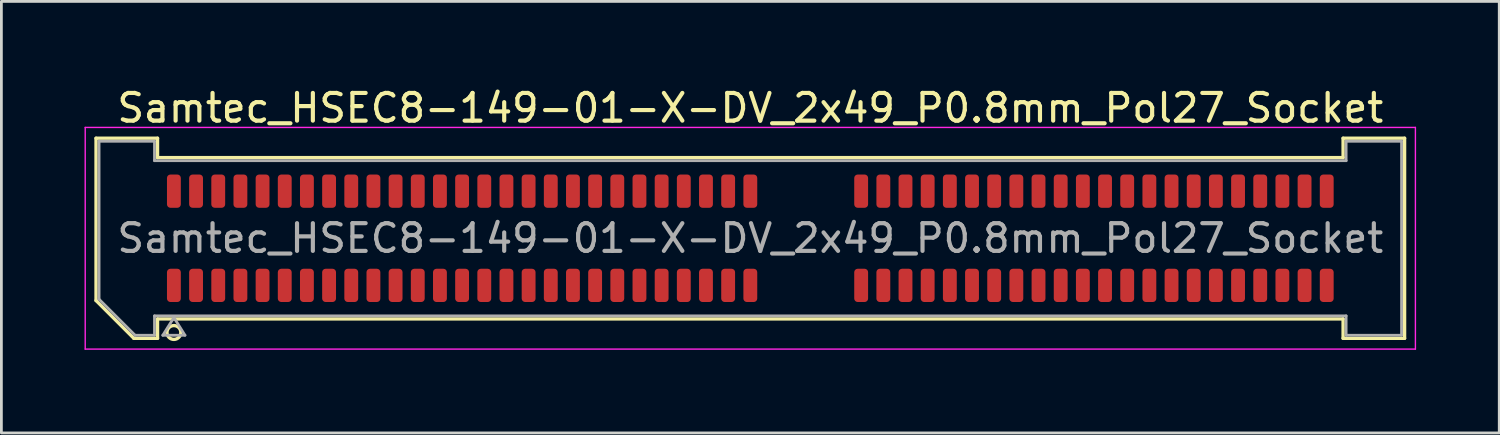
<source format=kicad_pcb>
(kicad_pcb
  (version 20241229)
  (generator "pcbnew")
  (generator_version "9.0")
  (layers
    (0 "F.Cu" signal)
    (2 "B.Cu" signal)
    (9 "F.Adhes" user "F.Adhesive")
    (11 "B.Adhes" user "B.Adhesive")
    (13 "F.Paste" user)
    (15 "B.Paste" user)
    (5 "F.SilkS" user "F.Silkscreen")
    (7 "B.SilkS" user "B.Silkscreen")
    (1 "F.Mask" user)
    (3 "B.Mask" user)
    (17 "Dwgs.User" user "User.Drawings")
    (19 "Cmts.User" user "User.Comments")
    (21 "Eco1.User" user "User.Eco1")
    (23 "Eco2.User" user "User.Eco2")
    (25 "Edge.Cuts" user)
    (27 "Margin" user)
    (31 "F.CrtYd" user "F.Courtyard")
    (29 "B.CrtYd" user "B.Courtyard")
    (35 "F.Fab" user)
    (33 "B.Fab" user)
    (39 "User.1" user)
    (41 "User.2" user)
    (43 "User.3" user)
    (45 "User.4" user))
  (footprint "Samtec_HSEC8-149-01-X-DV_2x49_P0.8mm_Pol27_Socket"
    (layer "F.Cu")
    (at 24.025 5.548)
    (property "Reference" "Samtec_HSEC8-149-01-X-DV_2x49_P0.8mm_Pol27_Socket" (at 0 -4.7 0) (layer "F.SilkS") (effects (font (size 1 1) (thickness 0.15))))
    (attr smd)
    (fp_line (start -23.61 -3.61) (end -21.39 -3.61) (stroke (width 0.12) (type solid)) (layer "F.SilkS"))
    (fp_line (start -23.61 2.246) (end -23.61 -3.61) (stroke (width 0.12) (type solid)) (layer "F.SilkS"))
    (fp_line (start -22.246 3.61) (end -23.61 2.246) (stroke (width 0.12) (type solid)) (layer "F.SilkS"))
    (fp_line (start -21.39 -3.61) (end -21.39 -2.91) (stroke (width 0.12) (type solid)) (layer "F.SilkS"))
    (fp_line (start -21.39 -2.91) (end 21.39 -2.91) (stroke (width 0.12) (type solid)) (layer "F.SilkS"))
    (fp_line (start -21.39 2.91) (end -21.39 3.61) (stroke (width 0.12) (type solid)) (layer "F.SilkS"))
    (fp_line (start -21.39 3.61) (end -22.246 3.61) (stroke (width 0.12) (type solid)) (layer "F.SilkS"))
    (fp_line (start 21.39 -3.61) (end 23.61 -3.61) (stroke (width 0.12) (type solid)) (layer "F.SilkS"))
    (fp_line (start 21.39 -2.91) (end 21.39 -3.61) (stroke (width 0.12) (type solid)) (layer "F.SilkS"))
    (fp_line (start 21.39 2.91) (end -21.39 2.91) (stroke (width 0.12) (type solid)) (layer "F.SilkS"))
    (fp_line (start 21.39 3.61) (end 21.39 2.91) (stroke (width 0.12) (type solid)) (layer "F.SilkS"))
    (fp_line (start 23.61 -3.61) (end 23.61 3.61) (stroke (width 0.12) (type solid)) (layer "F.SilkS"))
    (fp_line (start 23.61 3.61) (end 21.39 3.61) (stroke (width 0.12) (type solid)) (layer "F.SilkS"))
    (fp_arc (start -20.55 3.4) (mid -21.05 3.4) (end -20.55 3.4) (stroke (width 0.12) (type solid)) (layer "F.SilkS"))
    (fp_line (start -24 -4) (end -24 4) (stroke (width 0.05) (type solid)) (layer "F.CrtYd"))
    (fp_line (start -24 4) (end 24 4) (stroke (width 0.05) (type solid)) (layer "F.CrtYd"))
    (fp_line (start 24 -4) (end -24 -4) (stroke (width 0.05) (type solid)) (layer "F.CrtYd"))
    (fp_line (start 24 4) (end 24 -4) (stroke (width 0.05) (type solid)) (layer "F.CrtYd"))
    (fp_line (start -23.5 -3.5) (end -21.5 -3.5) (stroke (width 0.1) (type solid)) (layer "F.Fab"))
    (fp_line (start -23.5 2.2) (end -23.5 -3.5) (stroke (width 0.1) (type solid)) (layer "F.Fab"))
    (fp_line (start -22.2 3.5) (end -23.5 2.2) (stroke (width 0.1) (type solid)) (layer "F.Fab"))
    (fp_line (start -21.5 -3.5) (end -21.5 -2.8) (stroke (width 0.1) (type solid)) (layer "F.Fab"))
    (fp_line (start -21.5 -2.8) (end 21.5 -2.8) (stroke (width 0.1) (type solid)) (layer "F.Fab"))
    (fp_line (start -21.5 2.8) (end -21.5 3.5) (stroke (width 0.1) (type solid)) (layer "F.Fab"))
    (fp_line (start -21.5 3.5) (end -22.2 3.5) (stroke (width 0.1) (type solid)) (layer "F.Fab"))
    (fp_line (start -21.2 3.5) (end -20.8 2.86) (stroke (width 0.1) (type solid)) (layer "F.Fab"))
    (fp_line (start -20.8 2.86) (end -20.4 3.5) (stroke (width 0.1) (type solid)) (layer "F.Fab"))
    (fp_line (start -20.4 3.5) (end -21.2 3.5) (stroke (width 0.1) (type solid)) (layer "F.Fab"))
    (fp_line (start 21.5 -3.5) (end 23.5 -3.5) (stroke (width 0.1) (type solid)) (layer "F.Fab"))
    (fp_line (start 21.5 -2.8) (end 21.5 -3.5) (stroke (width 0.1) (type solid)) (layer "F.Fab"))
    (fp_line (start 21.5 2.8) (end -21.5 2.8) (stroke (width 0.1) (type solid)) (layer "F.Fab"))
    (fp_line (start 21.5 3.5) (end 21.5 2.8) (stroke (width 0.1) (type solid)) (layer "F.Fab"))
    (fp_line (start 23.5 -3.5) (end 23.5 3.5) (stroke (width 0.1) (type solid)) (layer "F.Fab"))
    (fp_line (start 23.5 3.5) (end 21.5 3.5) (stroke (width 0.1) (type solid)) (layer "F.Fab"))
    (fp_text user "${REFERENCE}" (at 0 0 0) (layer "F.Fab") (effects (font (size 1 1) (thickness 0.15))))
    (pad "1" smd roundrect (at -20.8 1.7) (size 0.5 1.2) (layers "F.Cu" "F.Mask" "F.Paste") (roundrect_rratio 0.25))
    (pad "2" smd roundrect (at -20.8 -1.7) (size 0.5 1.2) (layers "F.Cu" "F.Mask" "F.Paste") (roundrect_rratio 0.25))
    (pad "3" smd roundrect (at -20 1.7) (size 0.5 1.2) (layers "F.Cu" "F.Mask" "F.Paste") (roundrect_rratio 0.25))
    (pad "4" smd roundrect (at -20 -1.7) (size 0.5 1.2) (layers "F.Cu" "F.Mask" "F.Paste") (roundrect_rratio 0.25))
    (pad "5" smd roundrect (at -19.2 1.7) (size 0.5 1.2) (layers "F.Cu" "F.Mask" "F.Paste") (roundrect_rratio 0.25))
    (pad "6" smd roundrect (at -19.2 -1.7) (size 0.5 1.2) (layers "F.Cu" "F.Mask" "F.Paste") (roundrect_rratio 0.25))
    (pad "7" smd roundrect (at -18.4 1.7) (size 0.5 1.2) (layers "F.Cu" "F.Mask" "F.Paste") (roundrect_rratio 0.25))
    (pad "8" smd roundrect (at -18.4 -1.7) (size 0.5 1.2) (layers "F.Cu" "F.Mask" "F.Paste") (roundrect_rratio 0.25))
    (pad "9" smd roundrect (at -17.6 1.7) (size 0.5 1.2) (layers "F.Cu" "F.Mask" "F.Paste") (roundrect_rratio 0.25))
    (pad "10" smd roundrect (at -17.6 -1.7) (size 0.5 1.2) (layers "F.Cu" "F.Mask" "F.Paste") (roundrect_rratio 0.25))
    (pad "11" smd roundrect (at -16.8 1.7) (size 0.5 1.2) (layers "F.Cu" "F.Mask" "F.Paste") (roundrect_rratio 0.25))
    (pad "12" smd roundrect (at -16.8 -1.7) (size 0.5 1.2) (layers "F.Cu" "F.Mask" "F.Paste") (roundrect_rratio 0.25))
    (pad "13" smd roundrect (at -16 1.7) (size 0.5 1.2) (layers "F.Cu" "F.Mask" "F.Paste") (roundrect_rratio 0.25))
    (pad "14" smd roundrect (at -16 -1.7) (size 0.5 1.2) (layers "F.Cu" "F.Mask" "F.Paste") (roundrect_rratio 0.25))
    (pad "15" smd roundrect (at -15.2 1.7) (size 0.5 1.2) (layers "F.Cu" "F.Mask" "F.Paste") (roundrect_rratio 0.25))
    (pad "16" smd roundrect (at -15.2 -1.7) (size 0.5 1.2) (layers "F.Cu" "F.Mask" "F.Paste") (roundrect_rratio 0.25))
    (pad "17" smd roundrect (at -14.4 1.7) (size 0.5 1.2) (layers "F.Cu" "F.Mask" "F.Paste") (roundrect_rratio 0.25))
    (pad "18" smd roundrect (at -14.4 -1.7) (size 0.5 1.2) (layers "F.Cu" "F.Mask" "F.Paste") (roundrect_rratio 0.25))
    (pad "19" smd roundrect (at -13.6 1.7) (size 0.5 1.2) (layers "F.Cu" "F.Mask" "F.Paste") (roundrect_rratio 0.25))
    (pad "20" smd roundrect (at -13.6 -1.7) (size 0.5 1.2) (layers "F.Cu" "F.Mask" "F.Paste") (roundrect_rratio 0.25))
    (pad "21" smd roundrect (at -12.8 1.7) (size 0.5 1.2) (layers "F.Cu" "F.Mask" "F.Paste") (roundrect_rratio 0.25))
    (pad "22" smd roundrect (at -12.8 -1.7) (size 0.5 1.2) (layers "F.Cu" "F.Mask" "F.Paste") (roundrect_rratio 0.25))
    (pad "23" smd roundrect (at -12 1.7) (size 0.5 1.2) (layers "F.Cu" "F.Mask" "F.Paste") (roundrect_rratio 0.25))
    (pad "24" smd roundrect (at -12 -1.7) (size 0.5 1.2) (layers "F.Cu" "F.Mask" "F.Paste") (roundrect_rratio 0.25))
    (pad "25" smd roundrect (at -11.2 1.7) (size 0.5 1.2) (layers "F.Cu" "F.Mask" "F.Paste") (roundrect_rratio 0.25))
    (pad "26" smd roundrect (at -11.2 -1.7) (size 0.5 1.2) (layers "F.Cu" "F.Mask" "F.Paste") (roundrect_rratio 0.25))
    (pad "27" smd roundrect (at -10.4 1.7) (size 0.5 1.2) (layers "F.Cu" "F.Mask" "F.Paste") (roundrect_rratio 0.25))
    (pad "28" smd roundrect (at -10.4 -1.7) (size 0.5 1.2) (layers "F.Cu" "F.Mask" "F.Paste") (roundrect_rratio 0.25))
    (pad "29" smd roundrect (at -9.6 1.7) (size 0.5 1.2) (layers "F.Cu" "F.Mask" "F.Paste") (roundrect_rratio 0.25))
    (pad "30" smd roundrect (at -9.6 -1.7) (size 0.5 1.2) (layers "F.Cu" "F.Mask" "F.Paste") (roundrect_rratio 0.25))
    (pad "31" smd roundrect (at -8.8 1.7) (size 0.5 1.2) (layers "F.Cu" "F.Mask" "F.Paste") (roundrect_rratio 0.25))
    (pad "32" smd roundrect (at -8.8 -1.7) (size 0.5 1.2) (layers "F.Cu" "F.Mask" "F.Paste") (roundrect_rratio 0.25))
    (pad "33" smd roundrect (at -8 1.7) (size 0.5 1.2) (layers "F.Cu" "F.Mask" "F.Paste") (roundrect_rratio 0.25))
    (pad "34" smd roundrect (at -8 -1.7) (size 0.5 1.2) (layers "F.Cu" "F.Mask" "F.Paste") (roundrect_rratio 0.25))
    (pad "35" smd roundrect (at -7.2 1.7) (size 0.5 1.2) (layers "F.Cu" "F.Mask" "F.Paste") (roundrect_rratio 0.25))
    (pad "36" smd roundrect (at -7.2 -1.7) (size 0.5 1.2) (layers "F.Cu" "F.Mask" "F.Paste") (roundrect_rratio 0.25))
    (pad "37" smd roundrect (at -6.4 1.7) (size 0.5 1.2) (layers "F.Cu" "F.Mask" "F.Paste") (roundrect_rratio 0.25))
    (pad "38" smd roundrect (at -6.4 -1.7) (size 0.5 1.2) (layers "F.Cu" "F.Mask" "F.Paste") (roundrect_rratio 0.25))
    (pad "39" smd roundrect (at -5.6 1.7) (size 0.5 1.2) (layers "F.Cu" "F.Mask" "F.Paste") (roundrect_rratio 0.25))
    (pad "40" smd roundrect (at -5.6 -1.7) (size 0.5 1.2) (layers "F.Cu" "F.Mask" "F.Paste") (roundrect_rratio 0.25))
    (pad "41" smd roundrect (at -4.8 1.7) (size 0.5 1.2) (layers "F.Cu" "F.Mask" "F.Paste") (roundrect_rratio 0.25))
    (pad "42" smd roundrect (at -4.8 -1.7) (size 0.5 1.2) (layers "F.Cu" "F.Mask" "F.Paste") (roundrect_rratio 0.25))
    (pad "43" smd roundrect (at -4 1.7) (size 0.5 1.2) (layers "F.Cu" "F.Mask" "F.Paste") (roundrect_rratio 0.25))
    (pad "44" smd roundrect (at -4 -1.7) (size 0.5 1.2) (layers "F.Cu" "F.Mask" "F.Paste") (roundrect_rratio 0.25))
    (pad "45" smd roundrect (at -3.2 1.7) (size 0.5 1.2) (layers "F.Cu" "F.Mask" "F.Paste") (roundrect_rratio 0.25))
    (pad "46" smd roundrect (at -3.2 -1.7) (size 0.5 1.2) (layers "F.Cu" "F.Mask" "F.Paste") (roundrect_rratio 0.25))
    (pad "47" smd roundrect (at -2.4 1.7) (size 0.5 1.2) (layers "F.Cu" "F.Mask" "F.Paste") (roundrect_rratio 0.25))
    (pad "48" smd roundrect (at -2.4 -1.7) (size 0.5 1.2) (layers "F.Cu" "F.Mask" "F.Paste") (roundrect_rratio 0.25))
    (pad "49" smd roundrect (at -1.6 1.7) (size 0.5 1.2) (layers "F.Cu" "F.Mask" "F.Paste") (roundrect_rratio 0.25))
    (pad "50" smd roundrect (at -1.6 -1.7) (size 0.5 1.2) (layers "F.Cu" "F.Mask" "F.Paste") (roundrect_rratio 0.25))
    (pad "51" smd roundrect (at -0.8 1.7) (size 0.5 1.2) (layers "F.Cu" "F.Mask" "F.Paste") (roundrect_rratio 0.25))
    (pad "52" smd roundrect (at -0.8 -1.7) (size 0.5 1.2) (layers "F.Cu" "F.Mask" "F.Paste") (roundrect_rratio 0.25))
    (pad "53" smd roundrect (at 0 1.7) (size 0.5 1.2) (layers "F.Cu" "F.Mask" "F.Paste") (roundrect_rratio 0.25))
    (pad "54" smd roundrect (at 0 -1.7) (size 0.5 1.2) (layers "F.Cu" "F.Mask" "F.Paste") (roundrect_rratio 0.25))
    (pad "55" smd roundrect (at 4 1.7) (size 0.5 1.2) (layers "F.Cu" "F.Mask" "F.Paste") (roundrect_rratio 0.25))
    (pad "56" smd roundrect (at 4 -1.7) (size 0.5 1.2) (layers "F.Cu" "F.Mask" "F.Paste") (roundrect_rratio 0.25))
    (pad "57" smd roundrect (at 4.8 1.7) (size 0.5 1.2) (layers "F.Cu" "F.Mask" "F.Paste") (roundrect_rratio 0.25))
    (pad "58" smd roundrect (at 4.8 -1.7) (size 0.5 1.2) (layers "F.Cu" "F.Mask" "F.Paste") (roundrect_rratio 0.25))
    (pad "59" smd roundrect (at 5.6 1.7) (size 0.5 1.2) (layers "F.Cu" "F.Mask" "F.Paste") (roundrect_rratio 0.25))
    (pad "60" smd roundrect (at 5.6 -1.7) (size 0.5 1.2) (layers "F.Cu" "F.Mask" "F.Paste") (roundrect_rratio 0.25))
    (pad "61" smd roundrect (at 6.4 1.7) (size 0.5 1.2) (layers "F.Cu" "F.Mask" "F.Paste") (roundrect_rratio 0.25))
    (pad "62" smd roundrect (at 6.4 -1.7) (size 0.5 1.2) (layers "F.Cu" "F.Mask" "F.Paste") (roundrect_rratio 0.25))
    (pad "63" smd roundrect (at 7.2 1.7) (size 0.5 1.2) (layers "F.Cu" "F.Mask" "F.Paste") (roundrect_rratio 0.25))
    (pad "64" smd roundrect (at 7.2 -1.7) (size 0.5 1.2) (layers "F.Cu" "F.Mask" "F.Paste") (roundrect_rratio 0.25))
    (pad "65" smd roundrect (at 8 1.7) (size 0.5 1.2) (layers "F.Cu" "F.Mask" "F.Paste") (roundrect_rratio 0.25))
    (pad "66" smd roundrect (at 8 -1.7) (size 0.5 1.2) (layers "F.Cu" "F.Mask" "F.Paste") (roundrect_rratio 0.25))
    (pad "67" smd roundrect (at 8.8 1.7) (size 0.5 1.2) (layers "F.Cu" "F.Mask" "F.Paste") (roundrect_rratio 0.25))
    (pad "68" smd roundrect (at 8.8 -1.7) (size 0.5 1.2) (layers "F.Cu" "F.Mask" "F.Paste") (roundrect_rratio 0.25))
    (pad "69" smd roundrect (at 9.6 1.7) (size 0.5 1.2) (layers "F.Cu" "F.Mask" "F.Paste") (roundrect_rratio 0.25))
    (pad "70" smd roundrect (at 9.6 -1.7) (size 0.5 1.2) (layers "F.Cu" "F.Mask" "F.Paste") (roundrect_rratio 0.25))
    (pad "71" smd roundrect (at 10.4 1.7) (size 0.5 1.2) (layers "F.Cu" "F.Mask" "F.Paste") (roundrect_rratio 0.25))
    (pad "72" smd roundrect (at 10.4 -1.7) (size 0.5 1.2) (layers "F.Cu" "F.Mask" "F.Paste") (roundrect_rratio 0.25))
    (pad "73" smd roundrect (at 11.2 1.7) (size 0.5 1.2) (layers "F.Cu" "F.Mask" "F.Paste") (roundrect_rratio 0.25))
    (pad "74" smd roundrect (at 11.2 -1.7) (size 0.5 1.2) (layers "F.Cu" "F.Mask" "F.Paste") (roundrect_rratio 0.25))
    (pad "75" smd roundrect (at 12 1.7) (size 0.5 1.2) (layers "F.Cu" "F.Mask" "F.Paste") (roundrect_rratio 0.25))
    (pad "76" smd roundrect (at 12 -1.7) (size 0.5 1.2) (layers "F.Cu" "F.Mask" "F.Paste") (roundrect_rratio 0.25))
    (pad "77" smd roundrect (at 12.8 1.7) (size 0.5 1.2) (layers "F.Cu" "F.Mask" "F.Paste") (roundrect_rratio 0.25))
    (pad "78" smd roundrect (at 12.8 -1.7) (size 0.5 1.2) (layers "F.Cu" "F.Mask" "F.Paste") (roundrect_rratio 0.25))
    (pad "79" smd roundrect (at 13.6 1.7) (size 0.5 1.2) (layers "F.Cu" "F.Mask" "F.Paste") (roundrect_rratio 0.25))
    (pad "80" smd roundrect (at 13.6 -1.7) (size 0.5 1.2) (layers "F.Cu" "F.Mask" "F.Paste") (roundrect_rratio 0.25))
    (pad "81" smd roundrect (at 14.4 1.7) (size 0.5 1.2) (layers "F.Cu" "F.Mask" "F.Paste") (roundrect_rratio 0.25))
    (pad "82" smd roundrect (at 14.4 -1.7) (size 0.5 1.2) (layers "F.Cu" "F.Mask" "F.Paste") (roundrect_rratio 0.25))
    (pad "83" smd roundrect (at 15.2 1.7) (size 0.5 1.2) (layers "F.Cu" "F.Mask" "F.Paste") (roundrect_rratio 0.25))
    (pad "84" smd roundrect (at 15.2 -1.7) (size 0.5 1.2) (layers "F.Cu" "F.Mask" "F.Paste") (roundrect_rratio 0.25))
    (pad "85" smd roundrect (at 16 1.7) (size 0.5 1.2) (layers "F.Cu" "F.Mask" "F.Paste") (roundrect_rratio 0.25))
    (pad "86" smd roundrect (at 16 -1.7) (size 0.5 1.2) (layers "F.Cu" "F.Mask" "F.Paste") (roundrect_rratio 0.25))
    (pad "87" smd roundrect (at 16.8 1.7) (size 0.5 1.2) (layers "F.Cu" "F.Mask" "F.Paste") (roundrect_rratio 0.25))
    (pad "88" smd roundrect (at 16.8 -1.7) (size 0.5 1.2) (layers "F.Cu" "F.Mask" "F.Paste") (roundrect_rratio 0.25))
    (pad "89" smd roundrect (at 17.6 1.7) (size 0.5 1.2) (layers "F.Cu" "F.Mask" "F.Paste") (roundrect_rratio 0.25))
    (pad "90" smd roundrect (at 17.6 -1.7) (size 0.5 1.2) (layers "F.Cu" "F.Mask" "F.Paste") (roundrect_rratio 0.25))
    (pad "91" smd roundrect (at 18.4 1.7) (size 0.5 1.2) (layers "F.Cu" "F.Mask" "F.Paste") (roundrect_rratio 0.25))
    (pad "92" smd roundrect (at 18.4 -1.7) (size 0.5 1.2) (layers "F.Cu" "F.Mask" "F.Paste") (roundrect_rratio 0.25))
    (pad "93" smd roundrect (at 19.2 1.7) (size 0.5 1.2) (layers "F.Cu" "F.Mask" "F.Paste") (roundrect_rratio 0.25))
    (pad "94" smd roundrect (at 19.2 -1.7) (size 0.5 1.2) (layers "F.Cu" "F.Mask" "F.Paste") (roundrect_rratio 0.25))
    (pad "95" smd roundrect (at 20 1.7) (size 0.5 1.2) (layers "F.Cu" "F.Mask" "F.Paste") (roundrect_rratio 0.25))
    (pad "96" smd roundrect (at 20 -1.7) (size 0.5 1.2) (layers "F.Cu" "F.Mask" "F.Paste") (roundrect_rratio 0.25))
    (pad "97" smd roundrect (at 20.8 1.7) (size 0.5 1.2) (layers "F.Cu" "F.Mask" "F.Paste") (roundrect_rratio 0.25))
    (pad "98" smd roundrect (at 20.8 -1.7) (size 0.5 1.2) (layers "F.Cu" "F.Mask" "F.Paste") (roundrect_rratio 0.25)))
  (gr_rect
    (start -3 -3)
    (end 51.05 12.573)
    (stroke (width 0.1) (type default))
    (fill no)
    (layer "Edge.Cuts")))
</source>
